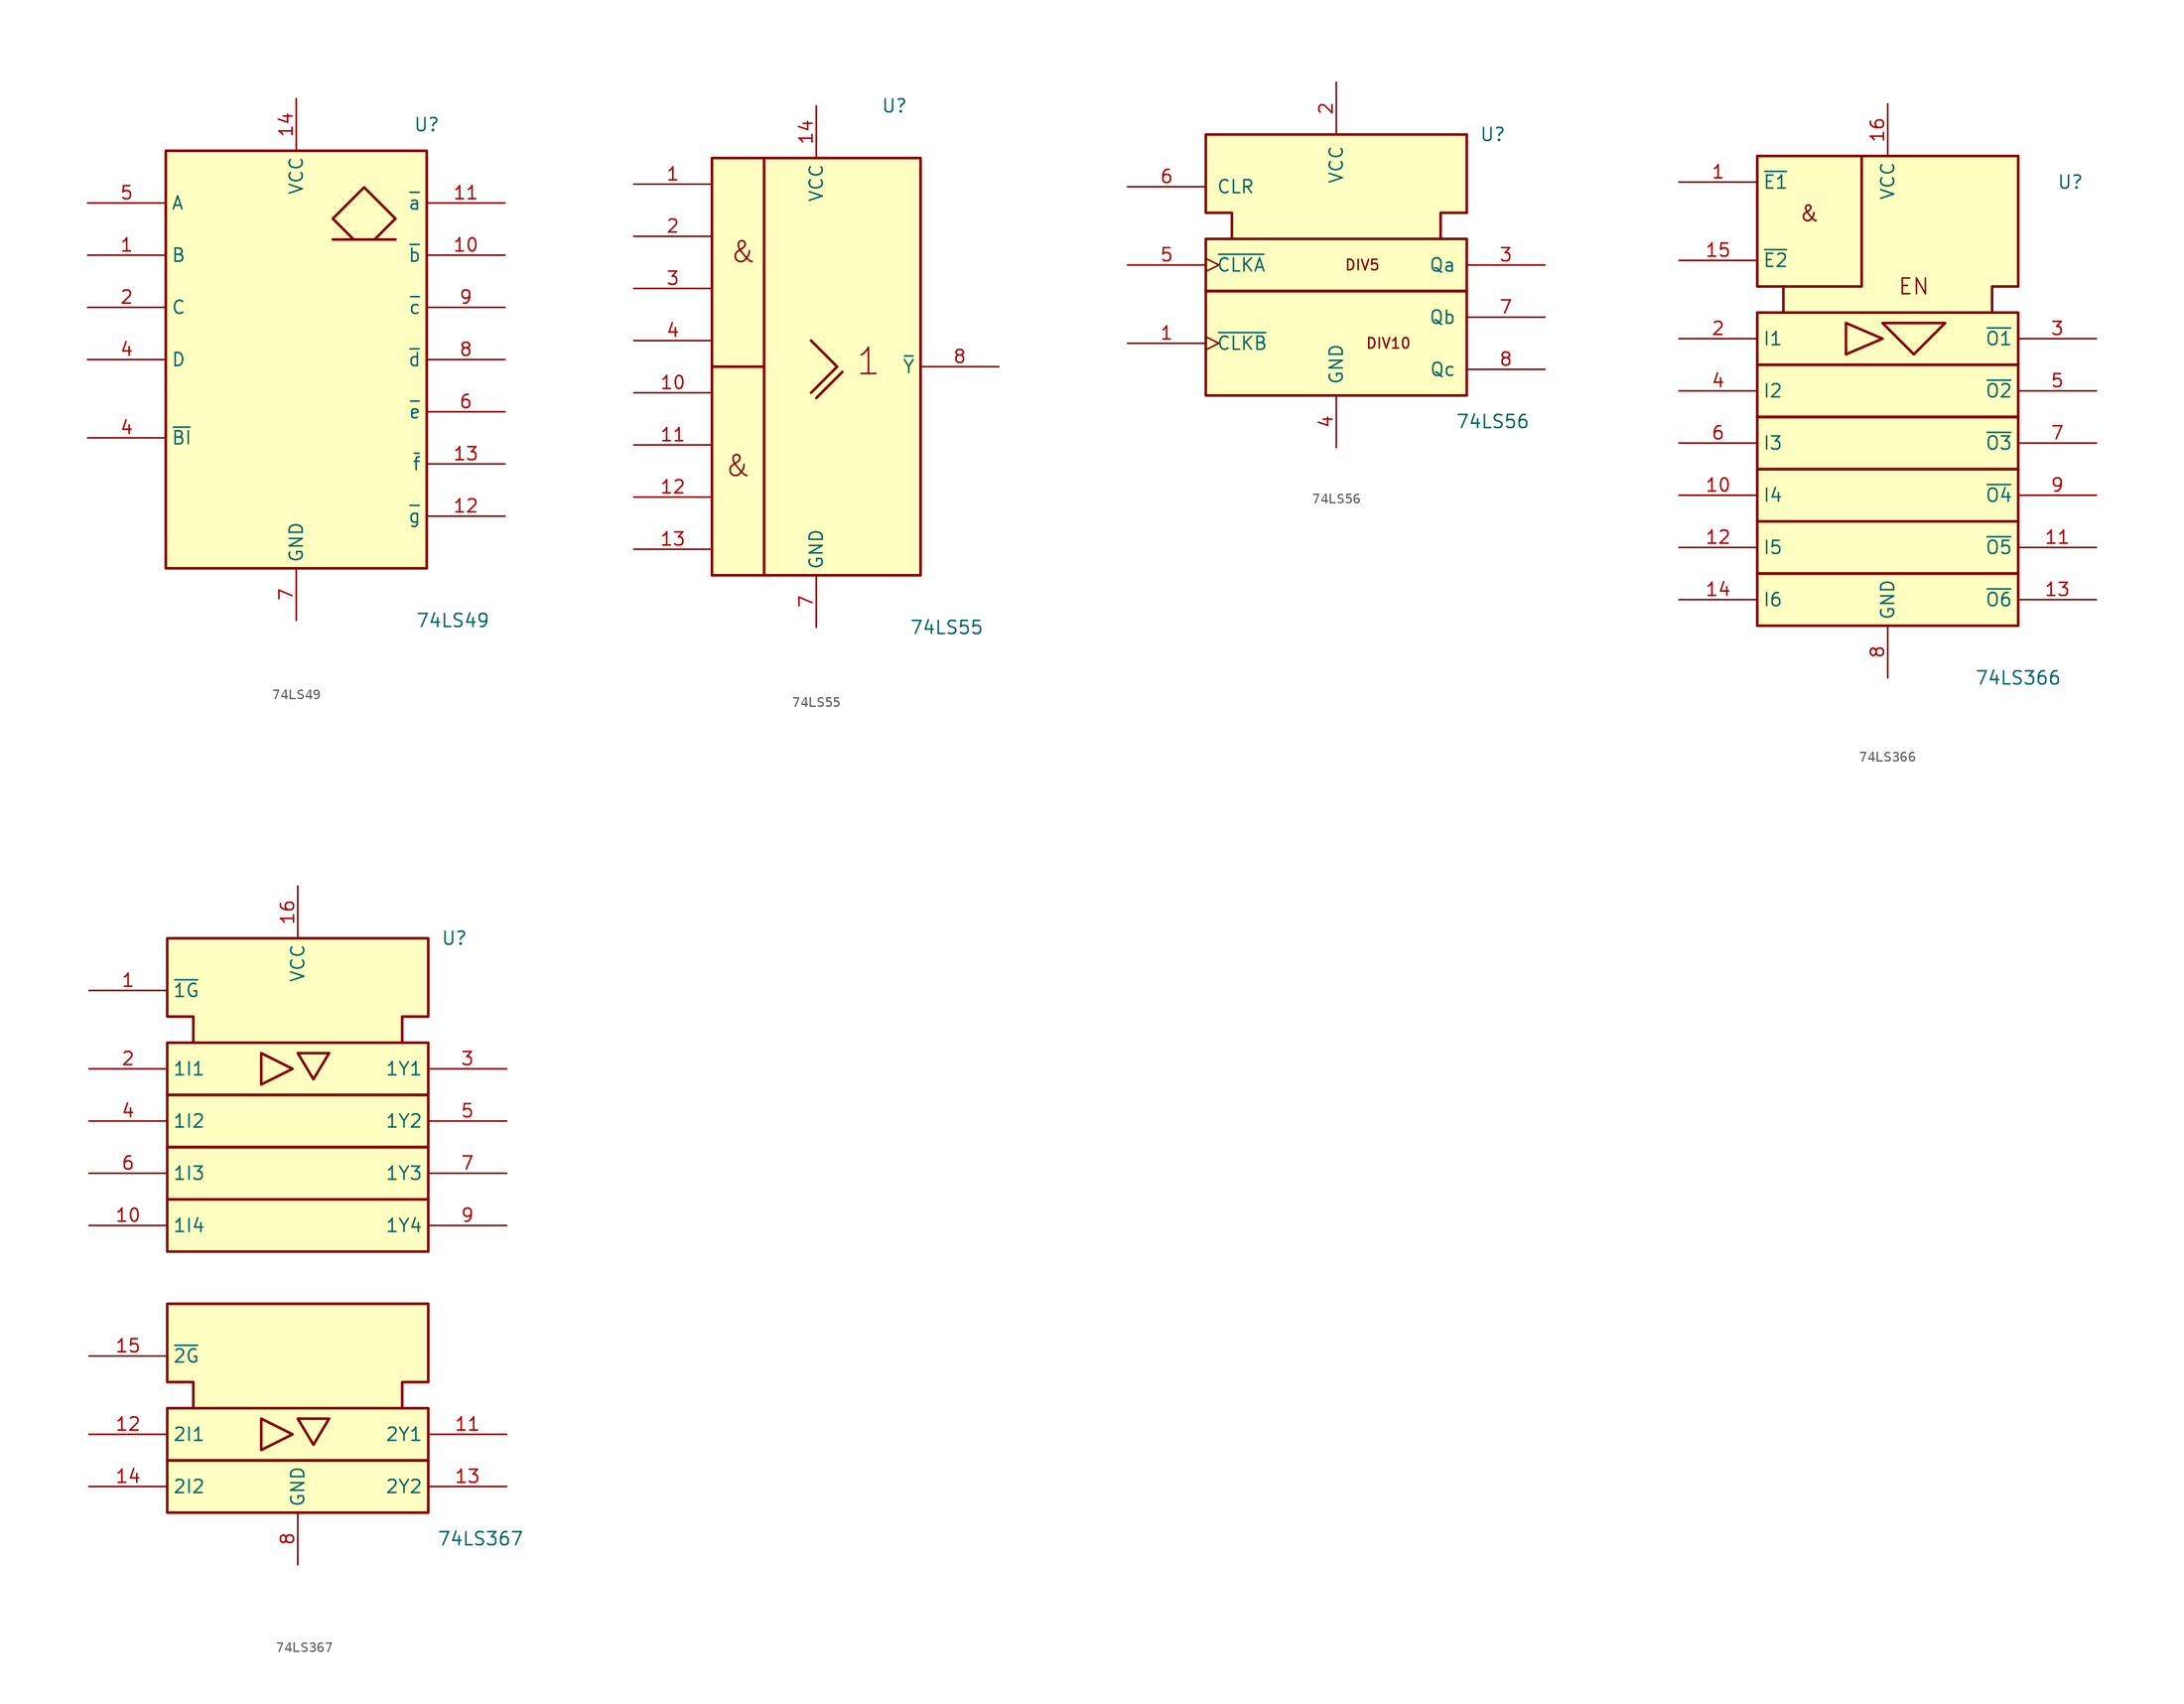
<source format=kicad_sym>
(kicad_symbol_lib
  (version 20231120)
  (generator "kicad_symbol_editor")
  (generator_version "8.0")
  (symbol "74LS49"
    (property "Reference" "U"
      (at 12.7 22.86 0)
      (effects (font (size 1.27 1.27))))
    (property "Value" "74LS49"
      (at 15.24 -25.4 0)
      (effects (font (size 1.27 1.27))))
    (symbol "74LS49_0_0"
      (rectangle (start -12.7 20.32) (end 12.7 -20.32) (stroke (width 0.254) (type default)) (fill (type background)))
      (polyline (pts (xy 7.62 11.684) (xy 9.652 13.716) (xy 6.604 16.764) (xy 3.556 13.716) (xy 5.588 11.684) (xy 3.556 11.684) (xy 9.652 11.684) (xy 9.652 11.684)) (stroke (width 0.254) (type default)) (fill (type background)))
      (pin power_in line (at 0 25.4 270) (length 5.08) (name "VCC" (effects (font (size 1.27 1.27)))) (number "14" (effects (font (size 1.27 1.27)))))
      (pin power_in line (at 0 -25.4 90) (length 5.08) (name "GND" (effects (font (size 1.27 1.27)))) (number "7" (effects (font (size 1.27 1.27))))))
    (symbol "74LS49_1_1"
      (pin input line (at -20.32 10.16 0) (length 7.62) (name "B" (effects (font (size 1.27 1.27)))) (number "1" (effects (font (size 1.27 1.27)))))
      (pin open_collector line (at 20.32 10.16 180) (length 7.62) (name "~{b}" (effects (font (size 1.27 1.27)))) (number "10" (effects (font (size 1.27 1.27)))))
      (pin open_collector line (at 20.32 15.24 180) (length 7.62) (name "~{a}" (effects (font (size 1.27 1.27)))) (number "11" (effects (font (size 1.27 1.27)))))
      (pin open_collector line (at 20.32 -15.24 180) (length 7.62) (name "~{g}" (effects (font (size 1.27 1.27)))) (number "12" (effects (font (size 1.27 1.27)))))
      (pin open_collector line (at 20.32 -10.16 180) (length 7.62) (name "~{f}" (effects (font (size 1.27 1.27)))) (number "13" (effects (font (size 1.27 1.27)))))
      (pin input line (at -20.32 5.08 0) (length 7.62) (name "C" (effects (font (size 1.27 1.27)))) (number "2" (effects (font (size 1.27 1.27)))))
      (pin input line (at -20.32 0 0) (length 7.62) (name "D" (effects (font (size 1.27 1.27)))) (number "4" (effects (font (size 1.27 1.27)))))
      (pin input line (at -20.32 -7.62 0) (length 7.62) (name "~{BI}" (effects (font (size 1.27 1.27)))) (number "4" (effects (font (size 1.27 1.27)))))
      (pin input line (at -20.32 15.24 0) (length 7.62) (name "A" (effects (font (size 1.27 1.27)))) (number "5" (effects (font (size 1.27 1.27)))))
      (pin open_collector line (at 20.32 -5.08 180) (length 7.62) (name "~{e}" (effects (font (size 1.27 1.27)))) (number "6" (effects (font (size 1.27 1.27)))))
      (pin open_collector line (at 20.32 0 180) (length 7.62) (name "~{d}" (effects (font (size 1.27 1.27)))) (number "8" (effects (font (size 1.27 1.27)))))
      (pin open_collector line (at 20.32 5.08 180) (length 7.62) (name "~{c}" (effects (font (size 1.27 1.27)))) (number "9" (effects (font (size 1.27 1.27)))))))
  (symbol "74LS55"
    (property "Reference" "U"
      (at 7.62 25.4 0)
      (effects (font (size 1.27 1.27))))
    (property "Value" "74LS55"
      (at 12.7 -25.4 0)
      (effects (font (size 1.27 1.27))))
    (symbol "74LS55_0_0"
      (polyline (pts (xy 0 -3.048) (xy 2.54 -0.508)) (stroke (width 0.254) (type default)) (fill (type background)))
      (polyline (pts (xy -0.508 2.54) (xy 2.032 0) (xy -0.508 -2.54) (xy -0.508 -2.54)) (stroke (width 0.254) (type default)) (fill (type background)))
      (text "&" (at -7.62 -9.652 0) (effects (font (size 2.032 2.032))))
      (text "&" (at -7.112 11.176 0) (effects (font (size 2.032 2.032))))
      (text "1" (at 5.08 0.508 0) (effects (font (size 2.54 2.54)))))
    (symbol "74LS55_0_1"
      (rectangle (start -10.16 20.32) (end 10.16 -20.32) (stroke (width 0.254) (type default)) (fill (type background)))
      (polyline (pts (xy -5.08 20.32) (xy -5.08 0) (xy -10.16 0) (xy -5.08 0) (xy -5.08 -20.32) (xy -5.08 -20.32)) (stroke (width 0.254) (type default)) (fill (type background)))
      (pin power_in line (at 0 25.4 270) (length 5.08) (name "VCC" (effects (font (size 1.27 1.27)))) (number "14" (effects (font (size 1.27 1.27)))))
      (pin power_in line (at 0 -25.4 90) (length 5.08) (name "GND" (effects (font (size 1.27 1.27)))) (number "7" (effects (font (size 1.27 1.27))))))
    (symbol "74LS55_1_1"
      (pin input line (at -17.78 17.78 0) (length 7.62) (name "~" (effects (font (size 1.27 1.27)))) (number "1" (effects (font (size 1.27 1.27)))))
      (pin input line (at -17.78 -2.54 0) (length 7.62) (name "~" (effects (font (size 1.27 1.27)))) (number "10" (effects (font (size 1.27 1.27)))))
      (pin input line (at -17.78 -7.62 0) (length 7.62) (name "~" (effects (font (size 1.27 1.27)))) (number "11" (effects (font (size 1.27 1.27)))))
      (pin input line (at -17.78 -12.7 0) (length 7.62) (name "~" (effects (font (size 1.27 1.27)))) (number "12" (effects (font (size 1.27 1.27)))))
      (pin input line (at -17.78 -17.78 0) (length 7.62) (name "~" (effects (font (size 1.27 1.27)))) (number "13" (effects (font (size 1.27 1.27)))))
      (pin input line (at -17.78 12.7 0) (length 7.62) (name "~" (effects (font (size 1.27 1.27)))) (number "2" (effects (font (size 1.27 1.27)))))
      (pin input line (at -17.78 7.62 0) (length 7.62) (name "~" (effects (font (size 1.27 1.27)))) (number "3" (effects (font (size 1.27 1.27)))))
      (pin input line (at -17.78 2.54 0) (length 7.62) (name "~" (effects (font (size 1.27 1.27)))) (number "4" (effects (font (size 1.27 1.27)))))
      (pin output line (at 17.78 0 180) (length 7.62) (name "~{Y}" (effects (font (size 1.27 1.27)))) (number "8" (effects (font (size 1.27 1.27)))))))
  (symbol "74LS56"
    (pin_names
      (offset 1.016))
    (property "Reference" "U"
      (at 15.24 12.7 0)
      (effects (font (size 1.27 1.27))))
    (property "Value" "74LS56"
      (at 15.24 -15.24 0)
      (effects (font (size 1.27 1.27))))
    (symbol "74LS56_0_0"
      (rectangle (start -12.7 -2.54) (end 12.7 -12.7) (stroke (width 0.254) (type default)) (fill (type background)))
      (rectangle (start -12.7 2.54) (end 12.7 -2.54) (stroke (width 0.254) (type default)) (fill (type background)))
      (polyline (pts (xy -10.16 2.54) (xy -10.16 5.08) (xy -12.7 5.08) (xy -12.7 12.7) (xy 12.7 12.7) (xy 12.7 5.08) (xy 10.16 5.08) (xy 10.16 2.54) (xy 10.16 2.54)) (stroke (width 0.254) (type default)) (fill (type background)))
      (text "DIV10" (at 5.08 -7.62 0) (effects (font (size 1.016 1.016))))
      (text "DIV5" (at 2.54 0 0) (effects (font (size 1.016 1.016)))))
    (symbol "74LS56_0_1"
      (pin power_in line (at 0 17.78 270) (length 5.08) (name "VCC" (effects (font (size 1.27 1.27)))) (number "2" (effects (font (size 1.27 1.27)))))
      (pin power_in line (at 0 -17.78 90) (length 5.08) (name "GND" (effects (font (size 1.27 1.27)))) (number "4" (effects (font (size 1.27 1.27))))))
    (symbol "74LS56_1_1"
      (pin input clock (at -20.32 -7.62 0) (length 7.62) (name "~{CLKB}" (effects (font (size 1.27 1.27)))) (number "1" (effects (font (size 1.27 1.27)))))
      (pin output line (at 20.32 0 180) (length 7.62) (name "Qa" (effects (font (size 1.27 1.27)))) (number "3" (effects (font (size 1.27 1.27)))))
      (pin input clock (at -20.32 0 0) (length 7.62) (name "~{CLKA}" (effects (font (size 1.27 1.27)))) (number "5" (effects (font (size 1.27 1.27)))))
      (pin input line (at -20.32 7.62 0) (length 7.62) (name "CLR" (effects (font (size 1.27 1.27)))) (number "6" (effects (font (size 1.27 1.27)))))
      (pin output line (at 20.32 -5.08 180) (length 7.62) (name "Qb" (effects (font (size 1.27 1.27)))) (number "7" (effects (font (size 1.27 1.27)))))
      (pin output line (at 20.32 -10.16 180) (length 7.62) (name "Qc" (effects (font (size 1.27 1.27)))) (number "8" (effects (font (size 1.27 1.27)))))))
  (symbol "74LS366"
    (property "Reference" "U"
      (at 17.78 25.4 0)
      (effects (font (size 1.27 1.27))))
    (property "Value" "74LS366"
      (at 12.7 -22.86 0)
      (effects (font (size 1.27 1.27))))
    (symbol "74LS366_0_0"
      (polyline (pts (xy -4.064 11.684) (xy -4.064 8.636) (xy -0.508 10.16) (xy -4.064 11.684) (xy -4.064 11.684)) (stroke (width 0.254) (type default)) (fill (type background)))
      (polyline (pts (xy -0.508 11.684) (xy 2.54 8.636) (xy 5.588 11.684) (xy -0.508 11.684) (xy -0.508 11.684)) (stroke (width 0.254) (type default)) (fill (type background)))
      (text "&" (at -7.62 22.352 0) (effects (font (size 1.524 1.524))))
      (text "EN" (at 2.54 15.24 0) (effects (font (size 1.524 1.524))))
      (pin power_in line (at 0 -22.86 90) (length 5.08) (name "GND" (effects (font (size 1.27 1.27)))) (number "8" (effects (font (size 1.27 1.27))))))
    (symbol "74LS366_0_1"
      (rectangle (start -12.7 -12.7) (end 12.7 -17.78) (stroke (width 0.254) (type default)) (fill (type background)))
      (rectangle (start -12.7 -7.62) (end 12.7 -12.7) (stroke (width 0.254) (type default)) (fill (type background)))
      (rectangle (start -12.7 -2.54) (end 12.7 -7.62) (stroke (width 0.254) (type default)) (fill (type background)))
      (rectangle (start -12.7 2.54) (end 12.7 -2.54) (stroke (width 0.254) (type default)) (fill (type background)))
      (rectangle (start -12.7 7.62) (end 12.7 2.54) (stroke (width 0.254) (type default)) (fill (type background)))
      (rectangle (start -12.7 12.7) (end 12.7 7.62) (stroke (width 0.254) (type default)) (fill (type background)))
      (polyline (pts (xy -2.54 27.94) (xy -2.54 15.24) (xy -10.16 15.24) (xy -10.16 15.24)) (stroke (width 0.254) (type default)) (fill (type background)))
      (polyline (pts (xy -10.16 12.7) (xy -10.16 15.24) (xy -12.7 15.24) (xy -12.7 27.94) (xy 12.7 27.94) (xy 12.7 15.24) (xy 10.16 15.24) (xy 10.16 12.7) (xy 10.16 12.7)) (stroke (width 0.254) (type default)) (fill (type background)))
      (pin power_in line (at 0 33.02 270) (length 5.08) (name "VCC" (effects (font (size 1.27 1.27)))) (number "16" (effects (font (size 1.27 1.27))))))
    (symbol "74LS366_1_1"
      (pin input line (at -20.32 25.4 0) (length 7.62) (name "~{E1}" (effects (font (size 1.27 1.27)))) (number "1" (effects (font (size 1.27 1.27)))))
      (pin input line (at -20.32 -5.08 0) (length 7.62) (name "I4" (effects (font (size 1.27 1.27)))) (number "10" (effects (font (size 1.27 1.27)))))
      (pin tri_state line (at 20.32 -10.16 180) (length 7.62) (name "~{O5}" (effects (font (size 1.27 1.27)))) (number "11" (effects (font (size 1.27 1.27)))))
      (pin input line (at -20.32 -10.16 0) (length 7.62) (name "I5" (effects (font (size 1.27 1.27)))) (number "12" (effects (font (size 1.27 1.27)))))
      (pin tri_state line (at 20.32 -15.24 180) (length 7.62) (name "~{O6}" (effects (font (size 1.27 1.27)))) (number "13" (effects (font (size 1.27 1.27)))))
      (pin input line (at -20.32 -15.24 0) (length 7.62) (name "I6" (effects (font (size 1.27 1.27)))) (number "14" (effects (font (size 1.27 1.27)))))
      (pin input line (at -20.32 17.78 0) (length 7.62) (name "~{E2}" (effects (font (size 1.27 1.27)))) (number "15" (effects (font (size 1.27 1.27)))))
      (pin input line (at -20.32 10.16 0) (length 7.62) (name "I1" (effects (font (size 1.27 1.27)))) (number "2" (effects (font (size 1.27 1.27)))))
      (pin tri_state line (at 20.32 10.16 180) (length 7.62) (name "~{O1}" (effects (font (size 1.27 1.27)))) (number "3" (effects (font (size 1.27 1.27)))))
      (pin input line (at -20.32 5.08 0) (length 7.62) (name "I2" (effects (font (size 1.27 1.27)))) (number "4" (effects (font (size 1.27 1.27)))))
      (pin tri_state line (at 20.32 5.08 180) (length 7.62) (name "~{O2}" (effects (font (size 1.27 1.27)))) (number "5" (effects (font (size 1.27 1.27)))))
      (pin input line (at -20.32 0 0) (length 7.62) (name "I3" (effects (font (size 1.27 1.27)))) (number "6" (effects (font (size 1.27 1.27)))))
      (pin tri_state line (at 20.32 0 180) (length 7.62) (name "~{O3}" (effects (font (size 1.27 1.27)))) (number "7" (effects (font (size 1.27 1.27)))))
      (pin tri_state line (at 20.32 -5.08 180) (length 7.62) (name "~{O4}" (effects (font (size 1.27 1.27)))) (number "9" (effects (font (size 1.27 1.27)))))))
  (symbol "74LS367"
    (property "Reference" "U"
      (at 15.24 17.78 0)
      (effects (font (size 1.27 1.27))))
    (property "Value" "74LS367"
      (at 17.78 -40.64 0)
      (effects (font (size 1.27 1.27))))
    (symbol "74LS367_0_0"
      (rectangle (start -12.7 -33.02) (end 12.7 -38.1) (stroke (width 0.254) (type default)) (fill (type background)))
      (rectangle (start -12.7 -27.94) (end 12.7 -33.02) (stroke (width 0.254) (type default)) (fill (type background)))
      (rectangle (start -12.7 -7.62) (end 12.7 -12.7) (stroke (width 0.254) (type default)) (fill (type background)))
      (rectangle (start -12.7 -2.54) (end 12.7 -7.62) (stroke (width 0.254) (type default)) (fill (type background)))
      (rectangle (start -12.7 2.54) (end 12.7 -2.54) (stroke (width 0.254) (type default)) (fill (type background)))
      (rectangle (start -12.7 7.62) (end 12.7 2.54) (stroke (width 0.254) (type default)) (fill (type background)))
      (polyline (pts (xy -3.556 -28.956) (xy -3.556 -32.004) (xy -0.508 -30.48) (xy -3.556 -28.956) (xy -3.556 -28.956)) (stroke (width 0.254) (type default)) (fill (type background)))
      (polyline (pts (xy -3.556 6.604) (xy -0.508 5.08) (xy -3.556 3.556) (xy -3.556 6.604) (xy -3.556 6.604)) (stroke (width 0.254) (type default)) (fill (type background)))
      (polyline (pts (xy -10.16 -27.94) (xy -10.16 -25.4) (xy -12.7 -25.4) (xy -12.7 -17.78) (xy 12.7 -17.78) (xy 12.7 -25.4) (xy 10.16 -25.4) (xy 10.16 -27.94) (xy 10.16 -27.94)) (stroke (width 0.254) (type default)) (fill (type background)))
      (polyline (pts (xy -10.16 7.62) (xy -10.16 10.16) (xy -12.7 10.16) (xy -12.7 17.78) (xy 12.7 17.78) (xy 12.7 10.16) (xy 10.16 10.16) (xy 10.16 7.62) (xy 10.16 7.62)) (stroke (width 0.254) (type default)) (fill (type background)))
      (pin power_in line (at 0 22.86 270) (length 5.08) (name "VCC" (effects (font (size 1.27 1.27)))) (number "16" (effects (font (size 1.27 1.27)))))
      (pin power_in line (at 0 -43.18 90) (length 5.08) (name "GND" (effects (font (size 1.27 1.27)))) (number "8" (effects (font (size 1.27 1.27))))))
    (symbol "74LS367_0_1"
      (polyline (pts (xy 0 -28.956) (xy 3.048 -28.956) (xy 1.524 -31.496) (xy 0 -28.956) (xy 0 -28.956)) (stroke (width 0.254) (type default)) (fill (type background)))
      (polyline (pts (xy 0 6.604) (xy 3.048 6.604) (xy 1.524 4.064) (xy 0 6.604) (xy 0 6.604)) (stroke (width 0.254) (type default)) (fill (type background))))
    (symbol "74LS367_1_1"
      (pin input line (at -20.32 12.7 0) (length 7.62) (name "~{1G}" (effects (font (size 1.27 1.27)))) (number "1" (effects (font (size 1.27 1.27)))))
      (pin input line (at -20.32 -10.16 0) (length 7.62) (name "1I4" (effects (font (size 1.27 1.27)))) (number "10" (effects (font (size 1.27 1.27)))))
      (pin tri_state line (at 20.32 -30.48 180) (length 7.62) (name "2Y1" (effects (font (size 1.27 1.27)))) (number "11" (effects (font (size 1.27 1.27)))))
      (pin input line (at -20.32 -30.48 0) (length 7.62) (name "2I1" (effects (font (size 1.27 1.27)))) (number "12" (effects (font (size 1.27 1.27)))))
      (pin tri_state line (at 20.32 -35.56 180) (length 7.62) (name "2Y2" (effects (font (size 1.27 1.27)))) (number "13" (effects (font (size 1.27 1.27)))))
      (pin input line (at -20.32 -35.56 0) (length 7.62) (name "2I2" (effects (font (size 1.27 1.27)))) (number "14" (effects (font (size 1.27 1.27)))))
      (pin input line (at -20.32 -22.86 0) (length 7.62) (name "~{2G}" (effects (font (size 1.27 1.27)))) (number "15" (effects (font (size 1.27 1.27)))))
      (pin input line (at -20.32 5.08 0) (length 7.62) (name "1I1" (effects (font (size 1.27 1.27)))) (number "2" (effects (font (size 1.27 1.27)))))
      (pin tri_state line (at 20.32 5.08 180) (length 7.62) (name "1Y1" (effects (font (size 1.27 1.27)))) (number "3" (effects (font (size 1.27 1.27)))))
      (pin input line (at -20.32 0 0) (length 7.62) (name "1I2" (effects (font (size 1.27 1.27)))) (number "4" (effects (font (size 1.27 1.27)))))
      (pin tri_state line (at 20.32 0 180) (length 7.62) (name "1Y2" (effects (font (size 1.27 1.27)))) (number "5" (effects (font (size 1.27 1.27)))))
      (pin input line (at -20.32 -5.08 0) (length 7.62) (name "1I3" (effects (font (size 1.27 1.27)))) (number "6" (effects (font (size 1.27 1.27)))))
      (pin tri_state line (at 20.32 -5.08 180) (length 7.62) (name "1Y3" (effects (font (size 1.27 1.27)))) (number "7" (effects (font (size 1.27 1.27)))))
      (pin tri_state line (at 20.32 -10.16 180) (length 7.62) (name "1Y4" (effects (font (size 1.27 1.27)))) (number "9" (effects (font (size 1.27 1.27))))))))
</source>
